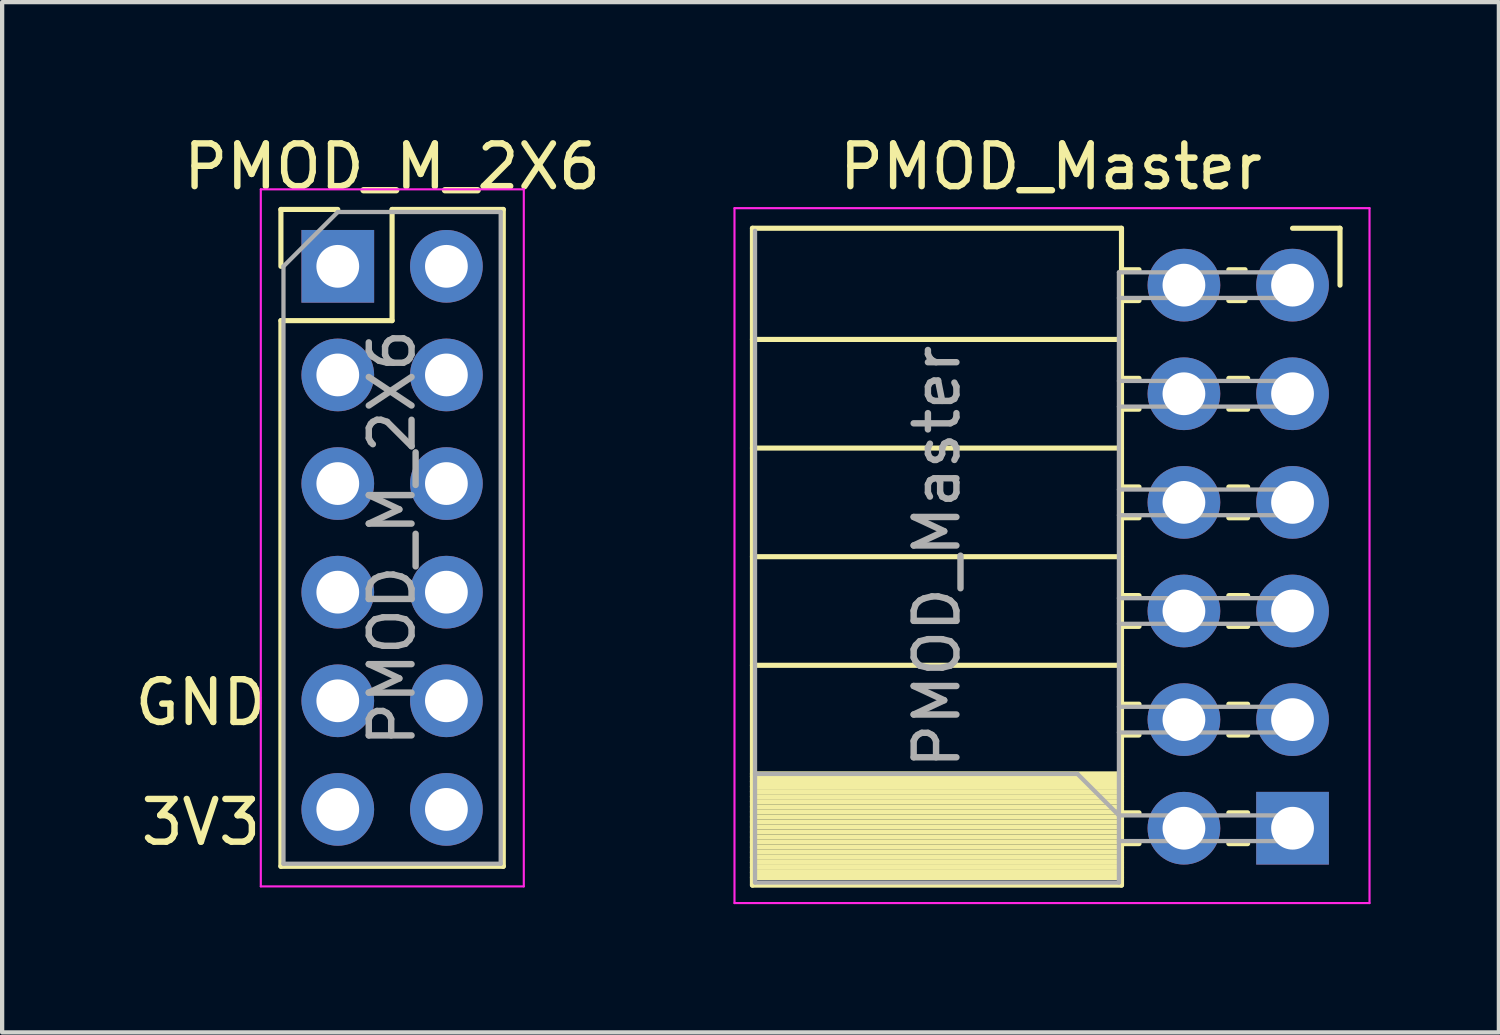
<source format=kicad_pcb>
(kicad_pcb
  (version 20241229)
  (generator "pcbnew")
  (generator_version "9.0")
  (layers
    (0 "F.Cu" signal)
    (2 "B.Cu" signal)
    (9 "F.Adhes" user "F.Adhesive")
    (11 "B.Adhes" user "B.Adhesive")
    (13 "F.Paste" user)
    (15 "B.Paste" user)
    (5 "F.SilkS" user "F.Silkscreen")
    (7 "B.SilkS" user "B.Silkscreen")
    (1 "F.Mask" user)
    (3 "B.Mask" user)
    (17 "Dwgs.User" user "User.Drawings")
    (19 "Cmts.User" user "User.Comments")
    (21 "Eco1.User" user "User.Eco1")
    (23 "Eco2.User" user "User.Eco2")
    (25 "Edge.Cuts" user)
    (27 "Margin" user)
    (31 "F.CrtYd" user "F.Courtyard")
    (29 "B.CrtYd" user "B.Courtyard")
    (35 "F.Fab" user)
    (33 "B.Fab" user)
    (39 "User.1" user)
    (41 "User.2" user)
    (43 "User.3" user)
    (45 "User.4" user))
  (footprint "PMOD_Master"
    (layer "F.Cu")
    (at 27.176 16.318)
    (property "Reference" "PMOD_Master" (at -5.65 -15.47 0) (layer "F.SilkS") (effects (font (size 1 1) (thickness 0.15))))
    (attr through_hole)
    (fp_line (start -12.63 -14.03) (end -12.63 1.33) (stroke (width 0.12) (type solid)) (layer "F.SilkS"))
    (fp_line (start -12.63 -14.03) (end -4 -14.03) (stroke (width 0.12) (type solid)) (layer "F.SilkS"))
    (fp_line (start -12.63 -11.43) (end -4 -11.43) (stroke (width 0.12) (type solid)) (layer "F.SilkS"))
    (fp_line (start -12.63 -8.89) (end -4 -8.89) (stroke (width 0.12) (type solid)) (layer "F.SilkS"))
    (fp_line (start -12.63 -6.35) (end -4 -6.35) (stroke (width 0.12) (type solid)) (layer "F.SilkS"))
    (fp_line (start -12.63 -3.81) (end -4 -3.81) (stroke (width 0.12) (type solid)) (layer "F.SilkS"))
    (fp_line (start -12.63 -1.27) (end -4 -1.27) (stroke (width 0.12) (type solid)) (layer "F.SilkS"))
    (fp_line (start -12.63 -1.21) (end -4 -1.21) (stroke (width 0.12) (type solid)) (layer "F.SilkS"))
    (fp_line (start -12.63 -1.092) (end -4 -1.092) (stroke (width 0.12) (type solid)) (layer "F.SilkS"))
    (fp_line (start -12.63 -0.974) (end -4 -0.974) (stroke (width 0.12) (type solid)) (layer "F.SilkS"))
    (fp_line (start -12.63 -0.856) (end -4 -0.856) (stroke (width 0.12) (type solid)) (layer "F.SilkS"))
    (fp_line (start -12.63 -0.738) (end -4 -0.738) (stroke (width 0.12) (type solid)) (layer "F.SilkS"))
    (fp_line (start -12.63 -0.62) (end -4 -0.62) (stroke (width 0.12) (type solid)) (layer "F.SilkS"))
    (fp_line (start -12.63 -0.501) (end -4 -0.501) (stroke (width 0.12) (type solid)) (layer "F.SilkS"))
    (fp_line (start -12.63 -0.383) (end -4 -0.383) (stroke (width 0.12) (type solid)) (layer "F.SilkS"))
    (fp_line (start -12.63 -0.265) (end -4 -0.265) (stroke (width 0.12) (type solid)) (layer "F.SilkS"))
    (fp_line (start -12.63 -0.147) (end -4 -0.147) (stroke (width 0.12) (type solid)) (layer "F.SilkS"))
    (fp_line (start -12.63 -0.029) (end -4 -0.029) (stroke (width 0.12) (type solid)) (layer "F.SilkS"))
    (fp_line (start -12.63 0.089) (end -4 0.089) (stroke (width 0.12) (type solid)) (layer "F.SilkS"))
    (fp_line (start -12.63 0.207) (end -4 0.207) (stroke (width 0.12) (type solid)) (layer "F.SilkS"))
    (fp_line (start -12.63 0.325) (end -4 0.325) (stroke (width 0.12) (type solid)) (layer "F.SilkS"))
    (fp_line (start -12.63 0.443) (end -4 0.443) (stroke (width 0.12) (type solid)) (layer "F.SilkS"))
    (fp_line (start -12.63 0.561) (end -4 0.561) (stroke (width 0.12) (type solid)) (layer "F.SilkS"))
    (fp_line (start -12.63 0.68) (end -4 0.68) (stroke (width 0.12) (type solid)) (layer "F.SilkS"))
    (fp_line (start -12.63 0.798) (end -4 0.798) (stroke (width 0.12) (type solid)) (layer "F.SilkS"))
    (fp_line (start -12.63 0.916) (end -4 0.916) (stroke (width 0.12) (type solid)) (layer "F.SilkS"))
    (fp_line (start -12.63 1.034) (end -4 1.034) (stroke (width 0.12) (type solid)) (layer "F.SilkS"))
    (fp_line (start -12.63 1.152) (end -4 1.152) (stroke (width 0.12) (type solid)) (layer "F.SilkS"))
    (fp_line (start -12.63 1.33) (end -4 1.33) (stroke (width 0.12) (type solid)) (layer "F.SilkS"))
    (fp_line (start -4 -14.03) (end -4 1.33) (stroke (width 0.12) (type solid)) (layer "F.SilkS"))
    (fp_line (start -4 -13.06) (end -3.59 -13.06) (stroke (width 0.12) (type solid)) (layer "F.SilkS"))
    (fp_line (start -4 -12.34) (end -3.59 -12.34) (stroke (width 0.12) (type solid)) (layer "F.SilkS"))
    (fp_line (start -4 -10.52) (end -3.59 -10.52) (stroke (width 0.12) (type solid)) (layer "F.SilkS"))
    (fp_line (start -4 -9.8) (end -3.59 -9.8) (stroke (width 0.12) (type solid)) (layer "F.SilkS"))
    (fp_line (start -4 -7.98) (end -3.59 -7.98) (stroke (width 0.12) (type solid)) (layer "F.SilkS"))
    (fp_line (start -4 -7.26) (end -3.59 -7.26) (stroke (width 0.12) (type solid)) (layer "F.SilkS"))
    (fp_line (start -4 -5.44) (end -3.59 -5.44) (stroke (width 0.12) (type solid)) (layer "F.SilkS"))
    (fp_line (start -4 -4.72) (end -3.59 -4.72) (stroke (width 0.12) (type solid)) (layer "F.SilkS"))
    (fp_line (start -4 -2.9) (end -3.59 -2.9) (stroke (width 0.12) (type solid)) (layer "F.SilkS"))
    (fp_line (start -4 -2.18) (end -3.59 -2.18) (stroke (width 0.12) (type solid)) (layer "F.SilkS"))
    (fp_line (start -4 -0.36) (end -3.59 -0.36) (stroke (width 0.12) (type solid)) (layer "F.SilkS"))
    (fp_line (start -4 0.36) (end -3.59 0.36) (stroke (width 0.12) (type solid)) (layer "F.SilkS"))
    (fp_line (start -1.49 -13.06) (end -1.11 -13.06) (stroke (width 0.12) (type solid)) (layer "F.SilkS"))
    (fp_line (start -1.49 -12.34) (end -1.11 -12.34) (stroke (width 0.12) (type solid)) (layer "F.SilkS"))
    (fp_line (start -1.49 -10.52) (end -1.05 -10.52) (stroke (width 0.12) (type solid)) (layer "F.SilkS"))
    (fp_line (start -1.49 -9.8) (end -1.05 -9.8) (stroke (width 0.12) (type solid)) (layer "F.SilkS"))
    (fp_line (start -1.49 -7.98) (end -1.05 -7.98) (stroke (width 0.12) (type solid)) (layer "F.SilkS"))
    (fp_line (start -1.49 -7.26) (end -1.05 -7.26) (stroke (width 0.12) (type solid)) (layer "F.SilkS"))
    (fp_line (start -1.49 -5.44) (end -1.05 -5.44) (stroke (width 0.12) (type solid)) (layer "F.SilkS"))
    (fp_line (start -1.49 -4.72) (end -1.05 -4.72) (stroke (width 0.12) (type solid)) (layer "F.SilkS"))
    (fp_line (start -1.49 -2.9) (end -1.05 -2.9) (stroke (width 0.12) (type solid)) (layer "F.SilkS"))
    (fp_line (start -1.49 -2.18) (end -1.05 -2.18) (stroke (width 0.12) (type solid)) (layer "F.SilkS"))
    (fp_line (start -1.49 -0.36) (end -1.05 -0.36) (stroke (width 0.12) (type solid)) (layer "F.SilkS"))
    (fp_line (start -1.49 0.36) (end -1.05 0.36) (stroke (width 0.12) (type solid)) (layer "F.SilkS"))
    (fp_line (start 0 -14.03) (end 1.11 -14.03) (stroke (width 0.12) (type solid)) (layer "F.SilkS"))
    (fp_line (start 1.11 -14.03) (end 1.11 -12.7) (stroke (width 0.12) (type solid)) (layer "F.SilkS"))
    (fp_line (start -13.05 -14.5) (end -13.05 1.75) (stroke (width 0.05) (type solid)) (layer "F.CrtYd"))
    (fp_line (start -13.05 1.75) (end 1.8 1.75) (stroke (width 0.05) (type solid)) (layer "F.CrtYd"))
    (fp_line (start 1.8 -14.5) (end -13.05 -14.5) (stroke (width 0.05) (type solid)) (layer "F.CrtYd"))
    (fp_line (start 1.8 1.75) (end 1.8 -14.5) (stroke (width 0.05) (type solid)) (layer "F.CrtYd"))
    (fp_line (start -12.57 -1.27) (end -5.03 -1.27) (stroke (width 0.1) (type solid)) (layer "F.Fab"))
    (fp_line (start -12.57 1.27) (end -12.57 -13.97) (stroke (width 0.1) (type solid)) (layer "F.Fab"))
    (fp_line (start -5.03 -1.27) (end -4.06 -0.3) (stroke (width 0.1) (type solid)) (layer "F.Fab"))
    (fp_line (start -4.06 -13) (end -4.06 1.27) (stroke (width 0.1) (type solid)) (layer "F.Fab"))
    (fp_line (start -4.06 -12.4) (end 0 -12.4) (stroke (width 0.1) (type solid)) (layer "F.Fab"))
    (fp_line (start -4.06 -9.86) (end 0 -9.86) (stroke (width 0.1) (type solid)) (layer "F.Fab"))
    (fp_line (start -4.06 -7.32) (end 0 -7.32) (stroke (width 0.1) (type solid)) (layer "F.Fab"))
    (fp_line (start -4.06 -4.78) (end 0 -4.78) (stroke (width 0.1) (type solid)) (layer "F.Fab"))
    (fp_line (start -4.06 -2.24) (end 0 -2.24) (stroke (width 0.1) (type solid)) (layer "F.Fab"))
    (fp_line (start -4.06 0.3) (end 0 0.3) (stroke (width 0.1) (type solid)) (layer "F.Fab"))
    (fp_line (start -4.06 1.27) (end -12.57 1.27) (stroke (width 0.1) (type solid)) (layer "F.Fab"))
    (fp_line (start 0 -13) (end -4.06 -13) (stroke (width 0.1) (type solid)) (layer "F.Fab"))
    (fp_line (start 0 -12.4) (end 0 -13) (stroke (width 0.1) (type solid)) (layer "F.Fab"))
    (fp_line (start 0 -10.46) (end -4.06 -10.46) (stroke (width 0.1) (type solid)) (layer "F.Fab"))
    (fp_line (start 0 -9.86) (end 0 -10.46) (stroke (width 0.1) (type solid)) (layer "F.Fab"))
    (fp_line (start 0 -7.92) (end -4.06 -7.92) (stroke (width 0.1) (type solid)) (layer "F.Fab"))
    (fp_line (start 0 -7.32) (end 0 -7.92) (stroke (width 0.1) (type solid)) (layer "F.Fab"))
    (fp_line (start 0 -5.38) (end -4.06 -5.38) (stroke (width 0.1) (type solid)) (layer "F.Fab"))
    (fp_line (start 0 -4.78) (end 0 -5.38) (stroke (width 0.1) (type solid)) (layer "F.Fab"))
    (fp_line (start 0 -2.84) (end -4.06 -2.84) (stroke (width 0.1) (type solid)) (layer "F.Fab"))
    (fp_line (start 0 -2.24) (end 0 -2.84) (stroke (width 0.1) (type solid)) (layer "F.Fab"))
    (fp_line (start 0 -0.3) (end -4.06 -0.3) (stroke (width 0.1) (type solid)) (layer "F.Fab"))
    (fp_line (start 0 0.3) (end 0 -0.3) (stroke (width 0.1) (type solid)) (layer "F.Fab"))
    (fp_text user "${REFERENCE}" (at -8.315 -6.35 90) (layer "F.Fab") (effects (font (size 1 1) (thickness 0.15))))
    (pad "1" thru_hole rect (at 0 0) (size 1.7 1.7) (drill 1) (layers "*.Cu" "*.Mask"))
    (pad "2" thru_hole oval (at 0 -2.54) (size 1.7 1.7) (drill 1) (layers "*.Cu" "*.Mask"))
    (pad "3" thru_hole oval (at 0 -5.08) (size 1.7 1.7) (drill 1) (layers "*.Cu" "*.Mask"))
    (pad "4" thru_hole oval (at 0 -7.62) (size 1.7 1.7) (drill 1) (layers "*.Cu" "*.Mask"))
    (pad "5" thru_hole oval (at 0 -10.16) (size 1.7 1.7) (drill 1) (layers "*.Cu" "*.Mask"))
    (pad "6" thru_hole circle (at 0 -12.7) (size 1.7 1.7) (drill 1) (layers "*.Cu" "*.Mask"))
    (pad "7" thru_hole oval (at -2.54 0) (size 1.7 1.7) (drill 1) (layers "*.Cu" "*.Mask"))
    (pad "8" thru_hole oval (at -2.54 -2.54) (size 1.7 1.7) (drill 1) (layers "*.Cu" "*.Mask"))
    (pad "9" thru_hole oval (at -2.54 -5.08) (size 1.7 1.7) (drill 1) (layers "*.Cu" "*.Mask"))
    (pad "10" thru_hole oval (at -2.54 -7.62) (size 1.7 1.7) (drill 1) (layers "*.Cu" "*.Mask"))
    (pad "11" thru_hole oval (at -2.54 -10.16) (size 1.7 1.7) (drill 1) (layers "*.Cu" "*.Mask"))
    (pad "12" thru_hole oval (at -2.54 -12.7) (size 1.7 1.7) (drill 1) (layers "*.Cu" "*.Mask")))
  (footprint "PMOD_M_2X6"
    (layer "F.Cu")
    (at 5.649 3.178)
    (property "Reference" "PMOD_M_2X6" (at 0.47 -2.33 0) (layer "F.SilkS") (effects (font (size 1 1) (thickness 0.15))))
    (attr through_hole)
    (fp_line (start -2.13 -1.33) (end -0.8 -1.33) (stroke (width 0.12) (type solid)) (layer "F.SilkS"))
    (fp_line (start -2.13 0) (end -2.13 -1.33) (stroke (width 0.12) (type solid)) (layer "F.SilkS"))
    (fp_line (start -2.13 1.27) (end -2.13 14.03) (stroke (width 0.12) (type solid)) (layer "F.SilkS"))
    (fp_line (start -2.13 1.27) (end 0.47 1.27) (stroke (width 0.12) (type solid)) (layer "F.SilkS"))
    (fp_line (start -2.13 14.03) (end 3.07 14.03) (stroke (width 0.12) (type solid)) (layer "F.SilkS"))
    (fp_line (start 0.47 -1.33) (end 3.07 -1.33) (stroke (width 0.12) (type solid)) (layer "F.SilkS"))
    (fp_line (start 0.47 1.27) (end 0.47 -1.33) (stroke (width 0.12) (type solid)) (layer "F.SilkS"))
    (fp_line (start 3.07 -1.33) (end 3.07 14.03) (stroke (width 0.12) (type solid)) (layer "F.SilkS"))
    (fp_line (start -2.6 -1.8) (end -2.6 14.5) (stroke (width 0.05) (type solid)) (layer "F.CrtYd"))
    (fp_line (start -2.6 14.5) (end 3.55 14.5) (stroke (width 0.05) (type solid)) (layer "F.CrtYd"))
    (fp_line (start 3.55 -1.8) (end -2.6 -1.8) (stroke (width 0.05) (type solid)) (layer "F.CrtYd"))
    (fp_line (start 3.55 14.5) (end 3.55 -1.8) (stroke (width 0.05) (type solid)) (layer "F.CrtYd"))
    (fp_line (start -2.07 0) (end -0.8 -1.27) (stroke (width 0.1) (type solid)) (layer "F.Fab"))
    (fp_line (start -2.07 13.97) (end -2.07 0) (stroke (width 0.1) (type solid)) (layer "F.Fab"))
    (fp_line (start -0.8 -1.27) (end 3.01 -1.27) (stroke (width 0.1) (type solid)) (layer "F.Fab"))
    (fp_line (start 3.01 -1.27) (end 3.01 13.97) (stroke (width 0.1) (type solid)) (layer "F.Fab"))
    (fp_line (start 3.01 13.97) (end -2.07 13.97) (stroke (width 0.1) (type solid)) (layer "F.Fab"))
    (fp_text user "GND" (at -4 10.2 0) (layer "F.SilkS") (effects (font (size 1 1) (thickness 0.15))))
    (fp_text user "3V3" (at -4 13 0) (layer "F.SilkS") (effects (font (size 1 1) (thickness 0.15))))
    (fp_text user "${REFERENCE}" (at 0.47 6.35 270) (layer "F.Fab") (effects (font (size 1 1) (thickness 0.15))))
    (pad "1" thru_hole rect (at -0.8 0) (size 1.7 1.7) (drill 1) (layers "*.Cu" "*.Mask"))
    (pad "2" thru_hole oval (at -0.8 2.54) (size 1.7 1.7) (drill 1) (layers "*.Cu" "*.Mask"))
    (pad "3" thru_hole oval (at -0.8 5.08) (size 1.7 1.7) (drill 1) (layers "*.Cu" "*.Mask"))
    (pad "4" thru_hole oval (at -0.8 7.62) (size 1.7 1.7) (drill 1) (layers "*.Cu" "*.Mask"))
    (pad "5" thru_hole oval (at -0.8 10.16) (size 1.7 1.7) (drill 1) (layers "*.Cu" "*.Mask"))
    (pad "6" thru_hole oval (at -0.8 12.7) (size 1.7 1.7) (drill 1) (layers "*.Cu" "*.Mask"))
    (pad "7" thru_hole oval (at 1.74 0) (size 1.7 1.7) (drill 1) (layers "*.Cu" "*.Mask"))
    (pad "8" thru_hole oval (at 1.74 2.54) (size 1.7 1.7) (drill 1) (layers "*.Cu" "*.Mask"))
    (pad "9" thru_hole oval (at 1.74 5.08) (size 1.7 1.7) (drill 1) (layers "*.Cu" "*.Mask"))
    (pad "10" thru_hole oval (at 1.74 7.62) (size 1.7 1.7) (drill 1) (layers "*.Cu" "*.Mask"))
    (pad "11" thru_hole oval (at 1.74 10.16) (size 1.7 1.7) (drill 1) (layers "*.Cu" "*.Mask"))
    (pad "12" thru_hole oval (at 1.74 12.7) (size 1.7 1.7) (drill 1) (layers "*.Cu" "*.Mask")))
  (gr_rect
    (start -3 -3)
    (end 32.001 21.093)
    (stroke (width 0.1) (type default))
    (fill no)
    (layer "Edge.Cuts")))
</source>
